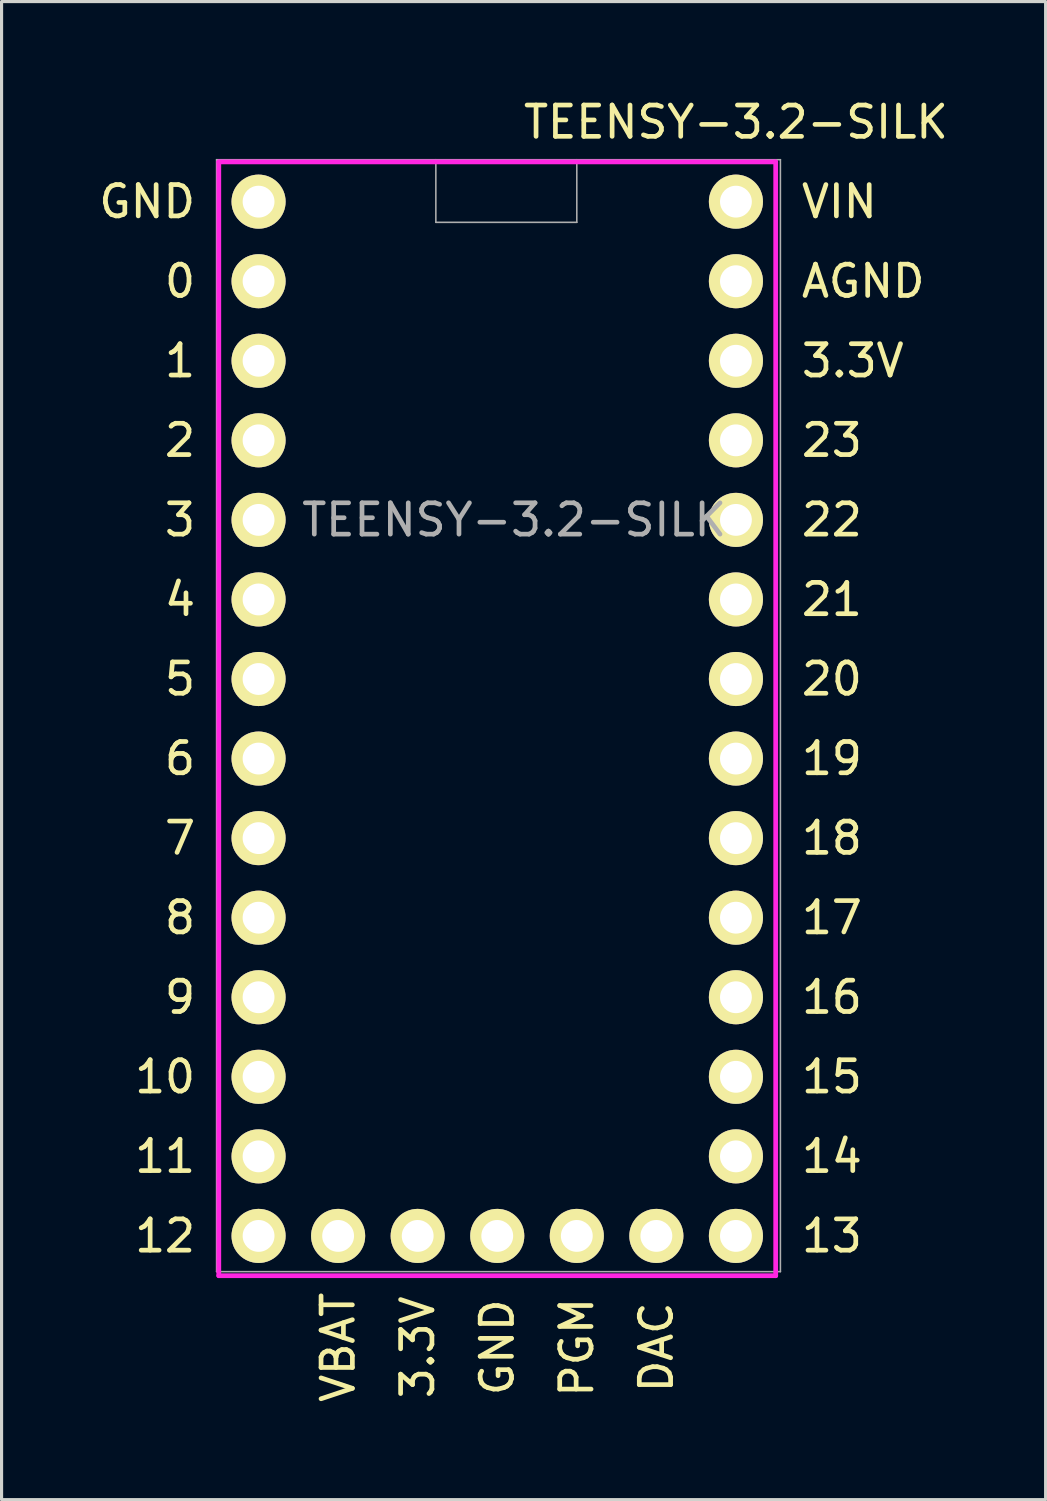
<source format=kicad_pcb>
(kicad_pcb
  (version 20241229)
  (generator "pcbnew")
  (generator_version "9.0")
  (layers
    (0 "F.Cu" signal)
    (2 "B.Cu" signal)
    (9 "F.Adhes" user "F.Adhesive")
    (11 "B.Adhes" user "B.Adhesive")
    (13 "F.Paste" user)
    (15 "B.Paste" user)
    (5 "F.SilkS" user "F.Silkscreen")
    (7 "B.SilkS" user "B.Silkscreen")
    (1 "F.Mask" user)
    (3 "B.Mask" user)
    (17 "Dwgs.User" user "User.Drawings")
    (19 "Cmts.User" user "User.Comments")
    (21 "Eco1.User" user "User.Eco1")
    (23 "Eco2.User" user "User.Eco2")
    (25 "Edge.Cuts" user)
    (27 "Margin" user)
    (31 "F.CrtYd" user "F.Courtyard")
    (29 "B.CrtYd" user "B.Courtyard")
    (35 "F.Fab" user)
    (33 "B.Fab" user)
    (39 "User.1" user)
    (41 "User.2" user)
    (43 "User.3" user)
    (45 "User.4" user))
  (footprint "TEENSY-3.2-SILK"
    (layer "F.Cu")
    (at 15.365 13.548)
    (property "Reference" "TEENSY-3.2-SILK" (at -2 0 0) (layer "F.Fab") (effects (font (size 1 1) (thickness 0.15))))
    (attr through_hole)
    (fp_line (start -11.43 -11.43) (end -11.43 24.13) (stroke (width 0.152) (type solid)) (layer "F.CrtYd"))
    (fp_line (start -11.43 24.13) (end 6.35 24.13) (stroke (width 0.152) (type solid)) (layer "F.CrtYd"))
    (fp_line (start 6.35 -11.43) (end -11.43 -11.43) (stroke (width 0.152) (type solid)) (layer "F.CrtYd"))
    (fp_line (start 6.35 24.13) (end 6.35 -11.43) (stroke (width 0.152) (type solid)) (layer "F.CrtYd"))
    (fp_line (start -11.5 -11.5) (end -11.5 24) (stroke (width 0.05) (type solid)) (layer "F.Fab"))
    (fp_line (start -11.5 24) (end 6.5 24) (stroke (width 0.05) (type solid)) (layer "F.Fab"))
    (fp_line (start -4.5 -11.5) (end -4.5 -9.5) (stroke (width 0.05) (type solid)) (layer "F.Fab"))
    (fp_line (start -4.5 -9.5) (end 0 -9.5) (stroke (width 0.05) (type solid)) (layer "F.Fab"))
    (fp_line (start 0 -9.5) (end 0 -11.5) (stroke (width 0.05) (type solid)) (layer "F.Fab"))
    (fp_line (start 6.5 -11.5) (end -11.5 -11.5) (stroke (width 0.05) (type solid)) (layer "F.Fab"))
    (fp_line (start 6.5 24) (end 6.5 -11.5) (stroke (width 0.05) (type solid)) (layer "F.Fab"))
    (fp_text user "PGM" (at 0 26.416 90) (layer "F.SilkS") (effects (font (size 1 1) (thickness 0.15))))
    (fp_text user "7" (at -12.668 10.16 0) (layer "F.SilkS") (effects (font (size 1 1) (thickness 0.15))))
    (fp_text user "14" (at 8.144 20.32 0) (layer "F.SilkS") (effects (font (size 1 1) (thickness 0.15))))
    (fp_text user "3.3V" (at 8.811 -5.08 0) (layer "F.SilkS") (effects (font (size 1 1) (thickness 0.15))))
    (fp_text user "1" (at -12.668 -5.08 0) (layer "F.SilkS") (effects (font (size 1 1) (thickness 0.15))))
    (fp_text user "23" (at 8.144 -2.54 0) (layer "F.SilkS") (effects (font (size 1 1) (thickness 0.15))))
    (fp_text user "6" (at -12.668 7.62 0) (layer "F.SilkS") (effects (font (size 1 1) (thickness 0.15))))
    (fp_text user "5" (at -12.668 5.08 0) (layer "F.SilkS") (effects (font (size 1 1) (thickness 0.15))))
    (fp_text user "16" (at 8.144 15.24 0) (layer "F.SilkS") (effects (font (size 1 1) (thickness 0.15))))
    (fp_text user "AGND" (at 9.144 -7.62 0) (layer "F.SilkS") (effects (font (size 1 1) (thickness 0.15))))
    (fp_text user "DAC" (at 2.54 26.416 90) (layer "F.SilkS") (effects (font (size 1 1) (thickness 0.15))))
    (fp_text user "19" (at 8.144 7.62 0) (layer "F.SilkS") (effects (font (size 1 1) (thickness 0.15))))
    (fp_text user "22" (at 8.144 0 0) (layer "F.SilkS") (effects (font (size 1 1) (thickness 0.15))))
    (fp_text user "2" (at -12.668 -2.54 0) (layer "F.SilkS") (effects (font (size 1 1) (thickness 0.15))))
    (fp_text user "13" (at 8.144 22.86 0) (layer "F.SilkS") (effects (font (size 1 1) (thickness 0.15))))
    (fp_text user "10" (at -13.145 17.78 0) (layer "F.SilkS") (effects (font (size 1 1) (thickness 0.15))))
    (fp_text user "15" (at 8.144 17.78 0) (layer "F.SilkS") (effects (font (size 1 1) (thickness 0.15))))
    (fp_text user "17" (at 8.144 12.7 0) (layer "F.SilkS") (effects (font (size 1 1) (thickness 0.15))))
    (fp_text user "8" (at -12.668 12.7 0) (layer "F.SilkS") (effects (font (size 1 1) (thickness 0.15))))
    (fp_text user "12" (at -13.145 22.86 0) (layer "F.SilkS") (effects (font (size 1 1) (thickness 0.15))))
    (fp_text user "0" (at -12.668 -7.62 0) (layer "F.SilkS") (effects (font (size 1 1) (thickness 0.15))))
    (fp_text user "3.3V" (at -5.08 26.416 90) (layer "F.SilkS") (effects (font (size 1 1) (thickness 0.15))))
    (fp_text user "VBAT" (at -7.62 26.416 90) (layer "F.SilkS") (effects (font (size 1 1) (thickness 0.15))))
    (fp_text user "20" (at 8.144 5.08 0) (layer "F.SilkS") (effects (font (size 1 1) (thickness 0.15))))
    (fp_text user "4" (at -12.668 2.54 0) (layer "F.SilkS") (effects (font (size 1 1) (thickness 0.15))))
    (fp_text user "11" (at -13.145 20.32 0) (layer "F.SilkS") (effects (font (size 1 1) (thickness 0.15))))
    (fp_text user "21" (at 8.144 2.54 0) (layer "F.SilkS") (effects (font (size 1 1) (thickness 0.15))))
    (fp_text user "3" (at -12.668 0 0) (layer "F.SilkS") (effects (font (size 1 1) (thickness 0.15))))
    (fp_text user "9" (at -12.668 15.24 0) (layer "F.SilkS") (effects (font (size 1 1) (thickness 0.15))))
    (fp_text user "GND" (at -2.54 26.416 90) (layer "F.SilkS") (effects (font (size 1 1) (thickness 0.15))))
    (fp_text user "VIN" (at 8.382 -10.16 0) (layer "F.SilkS") (effects (font (size 1 1) (thickness 0.15))))
    (fp_text user "GND" (at -13.716 -10.16 0) (layer "F.SilkS") (effects (font (size 1 1) (thickness 0.15))))
    (fp_text user "${REFERENCE}" (at 5.08 -12.7 0) (layer "F.SilkS") (effects (font (size 1 1) (thickness 0.15))))
    (fp_text user "18" (at 8.144 10.16 0) (layer "F.SilkS") (effects (font (size 1 1) (thickness 0.15))))
    (pad "0" thru_hole circle (at -10.16 -7.62) (size 1.727 1.727) (drill 1.016) (layers "*.Cu" "*.Mask" "F.SilkS"))
    (pad "1" thru_hole circle (at -10.16 -5.08) (size 1.727 1.727) (drill 1.016) (layers "*.Cu" "*.Mask" "F.SilkS"))
    (pad "2" thru_hole circle (at -10.16 -2.54) (size 1.727 1.727) (drill 1.016) (layers "*.Cu" "*.Mask" "F.SilkS"))
    (pad "3" thru_hole circle (at -10.16 0) (size 1.727 1.727) (drill 1.016) (layers "*.Cu" "*.Mask" "F.SilkS"))
    (pad "3V1" thru_hole circle (at -5.08 22.86) (size 1.727 1.727) (drill 1.016) (layers "*.Cu" "*.Mask" "F.SilkS"))
    (pad "3V2" thru_hole circle (at 5.08 -5.08) (size 1.727 1.727) (drill 1.016) (layers "*.Cu" "*.Mask" "F.SilkS"))
    (pad "4" thru_hole circle (at -10.16 2.54) (size 1.727 1.727) (drill 1.016) (layers "*.Cu" "*.Mask" "F.SilkS"))
    (pad "5" thru_hole circle (at -10.16 5.08) (size 1.727 1.727) (drill 1.016) (layers "*.Cu" "*.Mask" "F.SilkS"))
    (pad "6" thru_hole circle (at -10.16 7.62) (size 1.727 1.727) (drill 1.016) (layers "*.Cu" "*.Mask" "F.SilkS"))
    (pad "7" thru_hole circle (at -10.16 10.16) (size 1.727 1.727) (drill 1.016) (layers "*.Cu" "*.Mask" "F.SilkS"))
    (pad "8" thru_hole circle (at -10.16 12.7) (size 1.727 1.727) (drill 1.016) (layers "*.Cu" "*.Mask" "F.SilkS"))
    (pad "9" thru_hole circle (at -10.16 15.24) (size 1.727 1.727) (drill 1.016) (layers "*.Cu" "*.Mask" "F.SilkS"))
    (pad "10" thru_hole circle (at -10.16 17.78) (size 1.727 1.727) (drill 1.016) (layers "*.Cu" "*.Mask" "F.SilkS"))
    (pad "11" thru_hole circle (at -10.16 20.32) (size 1.727 1.727) (drill 1.016) (layers "*.Cu" "*.Mask" "F.SilkS"))
    (pad "12" thru_hole circle (at -10.16 22.86) (size 1.727 1.727) (drill 1.016) (layers "*.Cu" "*.Mask" "F.SilkS"))
    (pad "13" thru_hole circle (at 5.08 22.86) (size 1.727 1.727) (drill 1.016) (layers "*.Cu" "*.Mask" "F.SilkS"))
    (pad "14" thru_hole circle (at 5.08 20.32) (size 1.727 1.727) (drill 1.016) (layers "*.Cu" "*.Mask" "F.SilkS"))
    (pad "15" thru_hole circle (at 5.08 17.78) (size 1.727 1.727) (drill 1.016) (layers "*.Cu" "*.Mask" "F.SilkS"))
    (pad "16" thru_hole circle (at 5.08 15.24) (size 1.727 1.727) (drill 1.016) (layers "*.Cu" "*.Mask" "F.SilkS"))
    (pad "17" thru_hole circle (at 5.08 12.7) (size 1.727 1.727) (drill 1.016) (layers "*.Cu" "*.Mask" "F.SilkS"))
    (pad "18" thru_hole circle (at 5.08 10.16) (size 1.727 1.727) (drill 1.016) (layers "*.Cu" "*.Mask" "F.SilkS"))
    (pad "19" thru_hole circle (at 5.08 7.62) (size 1.727 1.727) (drill 1.016) (layers "*.Cu" "*.Mask" "F.SilkS"))
    (pad "20" thru_hole circle (at 5.08 5.08) (size 1.727 1.727) (drill 1.016) (layers "*.Cu" "*.Mask" "F.SilkS"))
    (pad "21" thru_hole circle (at 5.08 2.54) (size 1.727 1.727) (drill 1.016) (layers "*.Cu" "*.Mask" "F.SilkS"))
    (pad "22" thru_hole circle (at 5.08 0) (size 1.727 1.727) (drill 1.016) (layers "*.Cu" "*.Mask" "F.SilkS"))
    (pad "23" thru_hole circle (at 5.08 -2.54) (size 1.727 1.727) (drill 1.016) (layers "*.Cu" "*.Mask" "F.SilkS"))
    (pad "AG" thru_hole circle (at 5.08 -7.62) (size 1.727 1.727) (drill 1.016) (layers "*.Cu" "*.Mask" "F.SilkS"))
    (pad "DAC" thru_hole circle (at 2.54 22.86) (size 1.727 1.727) (drill 1.016) (layers "*.Cu" "*.Mask" "F.SilkS"))
    (pad "G1" thru_hole circle (at -10.16 -10.16) (size 1.727 1.727) (drill 1.016) (layers "*.Cu" "*.Mask" "F.SilkS"))
    (pad "G2" thru_hole circle (at -2.54 22.86) (size 1.727 1.727) (drill 1.016) (layers "*.Cu" "*.Mask" "F.SilkS"))
    (pad "PGM" thru_hole circle (at 0 22.86) (size 1.727 1.727) (drill 1.016) (layers "*.Cu" "*.Mask" "F.SilkS"))
    (pad "VBAT" thru_hole circle (at -7.62 22.86) (size 1.727 1.727) (drill 1.016) (layers "*.Cu" "*.Mask" "F.SilkS"))
    (pad "VIN" thru_hole circle (at 5.08 -10.16) (size 1.727 1.727) (drill 1.016) (layers "*.Cu" "*.Mask" "F.SilkS")))
  (gr_rect
    (start -3 -3)
    (end 30.332 44.827)
    (stroke (width 0.1) (type default))
    (fill no)
    (layer "Edge.Cuts")))
</source>
